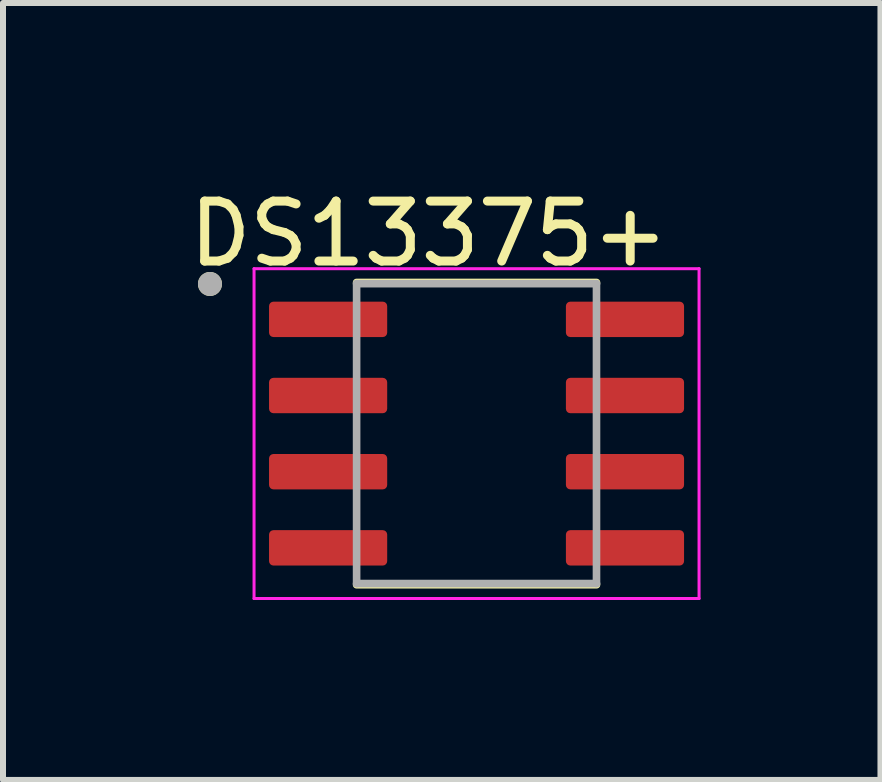
<source format=kicad_pcb>
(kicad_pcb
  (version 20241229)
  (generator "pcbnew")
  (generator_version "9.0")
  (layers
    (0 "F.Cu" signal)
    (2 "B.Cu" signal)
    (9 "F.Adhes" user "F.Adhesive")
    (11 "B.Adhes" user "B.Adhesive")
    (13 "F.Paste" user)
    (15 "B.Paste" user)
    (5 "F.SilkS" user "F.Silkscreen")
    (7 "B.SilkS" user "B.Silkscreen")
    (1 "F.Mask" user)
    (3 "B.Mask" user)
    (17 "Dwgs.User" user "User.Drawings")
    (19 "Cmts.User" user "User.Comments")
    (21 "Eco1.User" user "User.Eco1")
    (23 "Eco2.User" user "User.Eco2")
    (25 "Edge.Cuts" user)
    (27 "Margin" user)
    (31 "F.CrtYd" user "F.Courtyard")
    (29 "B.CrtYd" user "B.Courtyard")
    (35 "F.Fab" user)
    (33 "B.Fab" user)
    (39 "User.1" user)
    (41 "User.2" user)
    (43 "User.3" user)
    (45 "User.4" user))
  (footprint "DS13375+"
    (layer "F.Cu")
    (at 4.896 4.18)
    (property "Reference" "DS13375+" (at -0.795 -3.332 0) (layer "F.SilkS") (effects (font (size 1 1) (thickness 0.15))))
    (attr smd)
    (fp_line (start -2 -2.52) (end 2 -2.52) (stroke (width 0.127) (type solid)) (layer "F.SilkS"))
    (fp_line (start -2 2.52) (end 2 2.52) (stroke (width 0.127) (type solid)) (layer "F.SilkS"))
    (fp_circle (center -4.445 -2.495) (end -4.345 -2.495) (stroke (width 0.2) (type solid)) (fill no) (layer "F.SilkS"))
    (fp_line (start -3.71 -2.75) (end -3.71 2.75) (stroke (width 0.05) (type solid)) (layer "F.CrtYd"))
    (fp_line (start -3.71 -2.75) (end 3.71 -2.75) (stroke (width 0.05) (type solid)) (layer "F.CrtYd"))
    (fp_line (start -3.71 2.75) (end 3.71 2.75) (stroke (width 0.05) (type solid)) (layer "F.CrtYd"))
    (fp_line (start 3.71 -2.75) (end 3.71 2.75) (stroke (width 0.05) (type solid)) (layer "F.CrtYd"))
    (fp_line (start -2 -2.5) (end -2 2.5) (stroke (width 0.127) (type solid)) (layer "F.Fab"))
    (fp_line (start -2 -2.5) (end 2 -2.5) (stroke (width 0.127) (type solid)) (layer "F.Fab"))
    (fp_line (start -2 2.5) (end 2 2.5) (stroke (width 0.127) (type solid)) (layer "F.Fab"))
    (fp_line (start 2 -2.5) (end 2 2.5) (stroke (width 0.127) (type solid)) (layer "F.Fab"))
    (fp_circle (center -4.445 -2.495) (end -4.345 -2.495) (stroke (width 0.2) (type solid)) (fill no) (layer "F.Fab"))
    (pad "1" smd roundrect (at -2.475 -1.905) (size 1.97 0.59) (layers "F.Cu" "F.Mask" "F.Paste") (roundrect_rratio 0.125))
    (pad "2" smd roundrect (at -2.475 -0.635) (size 1.97 0.59) (layers "F.Cu" "F.Mask" "F.Paste") (roundrect_rratio 0.125))
    (pad "3" smd roundrect (at -2.475 0.635) (size 1.97 0.59) (layers "F.Cu" "F.Mask" "F.Paste") (roundrect_rratio 0.125))
    (pad "4" smd roundrect (at -2.475 1.905) (size 1.97 0.59) (layers "F.Cu" "F.Mask" "F.Paste") (roundrect_rratio 0.125))
    (pad "5" smd roundrect (at 2.475 1.905) (size 1.97 0.59) (layers "F.Cu" "F.Mask" "F.Paste") (roundrect_rratio 0.125))
    (pad "6" smd roundrect (at 2.475 0.635) (size 1.97 0.59) (layers "F.Cu" "F.Mask" "F.Paste") (roundrect_rratio 0.125))
    (pad "7" smd roundrect (at 2.475 -0.635) (size 1.97 0.59) (layers "F.Cu" "F.Mask" "F.Paste") (roundrect_rratio 0.125))
    (pad "8" smd roundrect (at 2.475 -1.905) (size 1.97 0.59) (layers "F.Cu" "F.Mask" "F.Paste") (roundrect_rratio 0.125)))
  (gr_rect
    (start -3 -3)
    (end 11.631 9.955)
    (stroke (width 0.1) (type default))
    (fill no)
    (layer "Edge.Cuts")))
</source>
